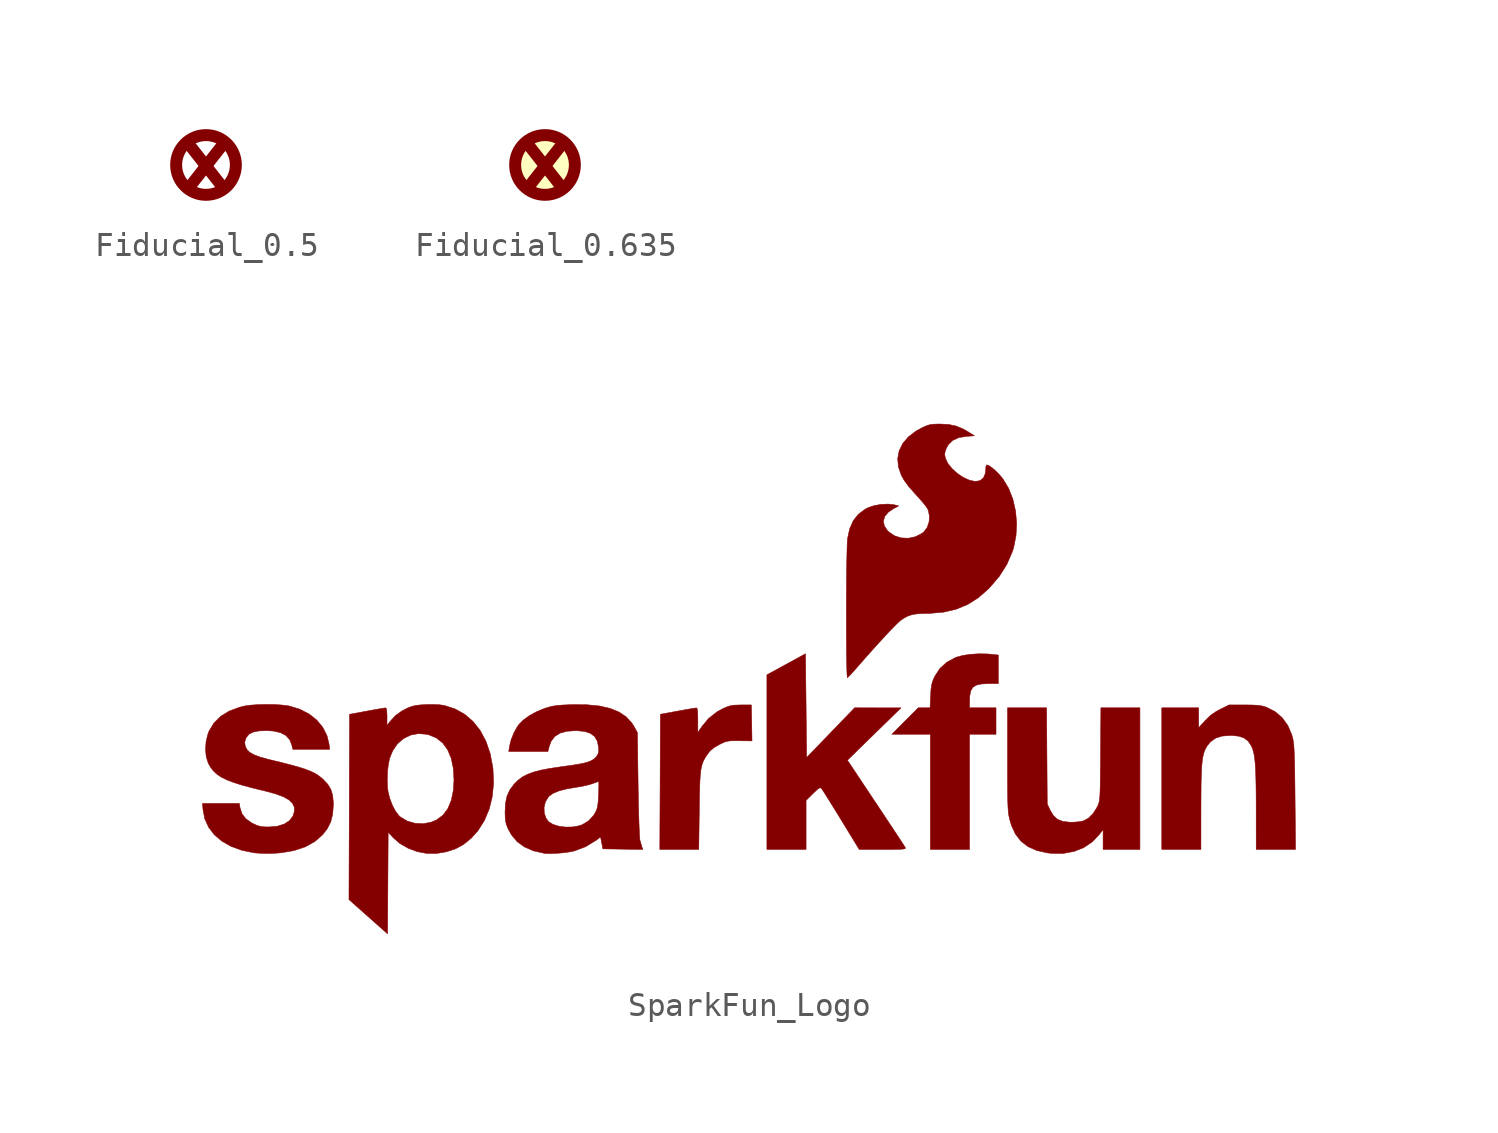
<source format=kicad_sym>
(kicad_symbol_lib
  (version 20220914)
  (generator kicad_symbol_editor)
  (symbol "Fiducial_0.5"
    (property "Reference" "FID"
      (at 0 2.54 0)
      (effects (font (size 1.27 1.27)) hide))
    (symbol "Fiducial_0.5_1_1"
      (circle (center 0 0) (radius 1.27) (stroke (width 0.508) (type default)) (fill (type none)))
      (text "x" (at 0 0.254 0) (effects (font (size 2.5 2.5) bold)))))
  (symbol "Fiducial_0.635"
    (property "Reference" "FID"
      (at 0 2.54 0)
      (effects (font (size 1.27 1.27)) hide))
    (symbol "Fiducial_0.635_1_1"
      (circle (center 0 0) (radius 1.27) (stroke (width 0.508) (type default)) (fill (type background)))
      (text "x" (at 0 0.254 0) (effects (font (size 2.5 2.5) bold)))))
  (symbol "SparkFun_Logo"
    (pin_names
      (offset 1.016))
    (property "Reference" "#G"
      (at 0 6.35 0)
      (effects (font (size 1.27 1.27)) hide))
    (symbol "SparkFun_Logo_0_0"
      (polyline (pts (xy 9.991 -0.565) (xy 9.991 1.886) (xy 10.555 1.886) (xy 11.119 1.886) (xy 11.119 2.45) (xy 11.119 3.014) (xy 10.555 3.014) (xy 9.991 3.014) (xy 9.991 3.301) (xy 9.999 3.509) (xy 10.041 3.731) (xy 10.13 3.884) (xy 10.277 3.98) (xy 10.496 4.03) (xy 10.798 4.044) (xy 11.217 4.044) (xy 11.217 4.653) (xy 11.217 5.262) (xy 10.89 5.297) (xy 10.745 5.309) (xy 10.388 5.315) (xy 10.03 5.293) (xy 9.703 5.244) (xy 9.44 5.172) (xy 9.371 5.145) (xy 9.014 4.949) (xy 8.729 4.689) (xy 8.516 4.362) (xy 8.462 4.248) (xy 8.405 4.102) (xy 8.37 3.955) (xy 8.348 3.773) (xy 8.334 3.526) (xy 8.311 3.014) (xy 8.06 3.014) (xy 7.808 3.014) (xy 7.245 2.45) (xy 6.683 1.886) (xy 7.504 1.886) (xy 8.324 1.886) (xy 8.324 -0.565) (xy 8.324 -3.017) (xy 9.158 -3.017) (xy 9.991 -3.017) (xy 9.991 -0.565)) (stroke (width 0.01) (type default)) (fill (type outline)))
      (polyline (pts (xy 3.029 -1.974) (xy 3.029 -0.93) (xy 3.323 -0.639) (xy 3.374 -0.589) (xy 3.503 -0.468) (xy 3.587 -0.406) (xy 3.642 -0.393) (xy 3.683 -0.42) (xy 3.692 -0.431) (xy 3.749 -0.515) (xy 3.848 -0.669) (xy 3.981 -0.881) (xy 4.142 -1.14) (xy 4.325 -1.435) (xy 4.521 -1.754) (xy 5.292 -3.017) (xy 6.295 -3.017) (xy 6.42 -3.017) (xy 6.726 -3.016) (xy 6.951 -3.013) (xy 7.105 -3.007) (xy 7.2 -2.997) (xy 7.248 -2.982) (xy 7.262 -2.96) (xy 7.252 -2.931) (xy 7.231 -2.898) (xy 7.16 -2.788) (xy 7.044 -2.611) (xy 6.889 -2.376) (xy 6.702 -2.092) (xy 6.487 -1.768) (xy 6.25 -1.411) (xy 5.997 -1.031) (xy 4.79 0.783) (xy 5.932 1.898) (xy 7.074 3.013) (xy 6.085 3.013) (xy 5.097 3.014) (xy 4.075 1.955) (xy 3.053 0.896) (xy 3.029 3.106) (xy 3.004 5.317) (xy 2.183 4.868) (xy 1.361 4.419) (xy 1.361 0.701) (xy 1.361 -3.017) (xy 2.195 -3.017) (xy 3.029 -3.017) (xy 3.029 -1.974)) (stroke (width 0.01) (type default)) (fill (type outline)))
      (polyline (pts (xy -1.52 -1.362) (xy -1.518 -1.235) (xy -1.511 -0.768) (xy -1.502 -0.384) (xy -1.49 -0.073) (xy -1.473 0.177) (xy -1.449 0.377) (xy -1.417 0.54) (xy -1.375 0.675) (xy -1.321 0.795) (xy -1.254 0.912) (xy -1.172 1.036) (xy -1.055 1.182) (xy -0.895 1.317) (xy -0.674 1.445) (xy -0.593 1.487) (xy -0.46 1.548) (xy -0.343 1.586) (xy -0.215 1.606) (xy -0.045 1.612) (xy 0.193 1.611) (xy 0.726 1.605) (xy 0.713 2.371) (xy 0.699 3.137) (xy 0.258 3.136) (xy 0.179 3.135) (xy -0.028 3.127) (xy -0.186 3.104) (xy -0.334 3.058) (xy -0.508 2.982) (xy -0.762 2.844) (xy -1.121 2.562) (xy -1.416 2.207) (xy -1.581 1.961) (xy -1.581 2.488) (xy -1.584 2.727) (xy -1.594 2.894) (xy -1.613 2.984) (xy -1.642 3.011) (xy -1.665 3.008) (xy -1.773 2.991) (xy -1.951 2.961) (xy -2.179 2.921) (xy -2.439 2.874) (xy -3.174 2.74) (xy -3.187 -0.138) (xy -3.2 -3.017) (xy -2.37 -3.017) (xy -1.541 -3.017) (xy -1.52 -1.362)) (stroke (width 0.01) (type default)) (fill (type outline)))
      (polyline (pts (xy 13.992 -3.186) (xy 14.446 -3.102) (xy 14.856 -2.939) (xy 15.214 -2.7) (xy 15.513 -2.387) (xy 15.68 -2.169) (xy 15.68 -2.593) (xy 15.68 -3.017) (xy 16.464 -3.017) (xy 17.249 -3.017) (xy 17.249 -0.001) (xy 17.249 3.014) (xy 16.418 3.014) (xy 15.586 3.014) (xy 15.572 1.04) (xy 15.569 0.644) (xy 15.565 0.222) (xy 15.561 -0.12) (xy 15.556 -0.391) (xy 15.549 -0.603) (xy 15.54 -0.765) (xy 15.529 -0.887) (xy 15.514 -0.979) (xy 15.495 -1.052) (xy 15.472 -1.115) (xy 15.444 -1.178) (xy 15.427 -1.215) (xy 15.262 -1.479) (xy 15.064 -1.68) (xy 14.849 -1.8) (xy 14.726 -1.828) (xy 14.535 -1.85) (xy 14.331 -1.859) (xy 14.257 -1.858) (xy 13.964 -1.824) (xy 13.74 -1.735) (xy 13.568 -1.583) (xy 13.432 -1.359) (xy 13.301 -1.08) (xy 13.287 0.967) (xy 13.273 3.014) (xy 12.441 3.014) (xy 11.61 3.014) (xy 11.61 0.816) (xy 11.61 0.443) (xy 11.61 -0.022) (xy 11.612 -0.407) (xy 11.615 -0.72) (xy 11.62 -0.972) (xy 11.627 -1.174) (xy 11.637 -1.335) (xy 11.649 -1.465) (xy 11.665 -1.574) (xy 11.685 -1.673) (xy 11.709 -1.771) (xy 11.774 -1.989) (xy 11.947 -2.365) (xy 12.182 -2.667) (xy 12.483 -2.899) (xy 12.852 -3.063) (xy 13.296 -3.164) (xy 13.504 -3.188) (xy 13.992 -3.186)) (stroke (width 0.01) (type default)) (fill (type outline)))
      (polyline (pts (xy 19.848 -1.24) (xy 19.85 -0.701) (xy 19.854 -0.244) (xy 19.863 0.134) (xy 19.877 0.444) (xy 19.897 0.696) (xy 19.925 0.898) (xy 19.961 1.062) (xy 20.006 1.196) (xy 20.062 1.311) (xy 20.129 1.417) (xy 20.27 1.581) (xy 20.485 1.728) (xy 20.755 1.811) (xy 21.093 1.837) (xy 21.172 1.835) (xy 21.466 1.805) (xy 21.689 1.727) (xy 21.858 1.593) (xy 21.99 1.396) (xy 22.007 1.36) (xy 22.055 1.242) (xy 22.095 1.101) (xy 22.127 0.93) (xy 22.151 0.718) (xy 22.17 0.455) (xy 22.184 0.133) (xy 22.193 -0.259) (xy 22.198 -0.73) (xy 22.2 -1.289) (xy 22.201 -3.017) (xy 23.039 -3.017) (xy 23.876 -3.017) (xy 23.855 -0.798) (xy 23.852 -0.481) (xy 23.846 0.011) (xy 23.84 0.419) (xy 23.833 0.754) (xy 23.824 1.024) (xy 23.814 1.24) (xy 23.802 1.411) (xy 23.788 1.546) (xy 23.771 1.654) (xy 23.75 1.746) (xy 23.716 1.866) (xy 23.546 2.264) (xy 23.306 2.595) (xy 22.999 2.855) (xy 22.63 3.042) (xy 22.537 3.072) (xy 22.398 3.104) (xy 22.228 3.124) (xy 22.006 3.134) (xy 21.708 3.137) (xy 21.044 3.137) (xy 20.669 2.952) (xy 20.498 2.86) (xy 20.25 2.688) (xy 20.022 2.465) (xy 19.749 2.164) (xy 19.749 2.589) (xy 19.749 3.014) (xy 18.965 3.014) (xy 18.18 3.014) (xy 18.18 -0.001) (xy 18.18 -3.017) (xy 19.014 -3.017) (xy 19.847 -3.017) (xy 19.848 -1.24)) (stroke (width 0.01) (type default)) (fill (type outline)))
      (polyline (pts (xy -14.783 -4.45) (xy -14.77 -2.287) (xy -14.542 -2.531) (xy -14.269 -2.766) (xy -13.913 -2.97) (xy -13.518 -3.115) (xy -13.109 -3.191) (xy -12.712 -3.19) (xy -12.272 -3.114) (xy -11.886 -2.985) (xy -11.546 -2.796) (xy -11.228 -2.535) (xy -10.95 -2.225) (xy -10.672 -1.788) (xy -10.466 -1.296) (xy -10.334 -0.759) (xy -10.28 -0.186) (xy -10.306 0.412) (xy -10.316 0.493) (xy -10.427 1.072) (xy -10.605 1.589) (xy -10.846 2.042) (xy -11.146 2.424) (xy -11.504 2.733) (xy -11.914 2.964) (xy -12.376 3.114) (xy -12.568 3.142) (xy -12.847 3.156) (xy -13.162 3.152) (xy -13.183 3.151) (xy -13.44 3.134) (xy -13.633 3.107) (xy -13.795 3.064) (xy -13.956 2.999) (xy -14.187 2.879) (xy -14.459 2.683) (xy -14.685 2.437) (xy -14.82 2.261) (xy -14.82 2.638) (xy -14.82 2.681) (xy -14.828 2.873) (xy -14.848 2.98) (xy -14.882 3.012) (xy -14.904 3.009) (xy -15.013 2.992) (xy -15.19 2.962) (xy -15.418 2.922) (xy -15.678 2.874) (xy -16.414 2.739) (xy -16.423 -0.079) (xy -14.81 -0.079) (xy -14.799 0.271) (xy -14.762 0.606) (xy -14.701 0.883) (xy -14.578 1.185) (xy -14.375 1.48) (xy -14.118 1.704) (xy -13.818 1.851) (xy -13.485 1.915) (xy -13.13 1.887) (xy -13.041 1.865) (xy -12.715 1.729) (xy -12.446 1.515) (xy -12.235 1.225) (xy -12.084 0.862) (xy -11.994 0.427) (xy -11.967 -0.075) (xy -11.993 -0.496) (xy -12.081 -0.925) (xy -12.228 -1.279) (xy -12.436 -1.557) (xy -12.704 -1.758) (xy -12.929 -1.855) (xy -13.274 -1.922) (xy -13.624 -1.906) (xy -13.957 -1.809) (xy -14.254 -1.632) (xy -14.308 -1.583) (xy -14.457 -1.389) (xy -14.592 -1.134) (xy -14.703 -0.843) (xy -14.776 -0.544) (xy -14.794 -0.407) (xy -14.81 -0.079) (xy -16.423 -0.079) (xy -16.426 -1.208) (xy -16.439 -5.154) (xy -15.617 -5.884) (xy -14.796 -6.613) (xy -14.783 -4.45)) (stroke (width 0.01) (type default)) (fill (type outline)))
      (polyline (pts (xy -19.64 -3.184) (xy -19.317 -3.16) (xy -18.771 -3.064) (xy -18.296 -2.905) (xy -17.895 -2.682) (xy -17.567 -2.396) (xy -17.367 -2.142) (xy -17.219 -1.851) (xy -17.134 -1.521) (xy -17.105 -1.129) (xy -17.105 -1.037) (xy -17.132 -0.723) (xy -17.207 -0.468) (xy -17.342 -0.244) (xy -17.548 -0.026) (xy -17.618 0.036) (xy -17.75 0.138) (xy -17.9 0.229) (xy -18.078 0.314) (xy -18.296 0.398) (xy -18.565 0.484) (xy -18.896 0.577) (xy -19.301 0.681) (xy -19.79 0.799) (xy -19.927 0.833) (xy -20.252 0.925) (xy -20.495 1.018) (xy -20.668 1.118) (xy -20.782 1.232) (xy -20.849 1.365) (xy -20.862 1.406) (xy -20.879 1.551) (xy -20.835 1.702) (xy -20.808 1.758) (xy -20.696 1.891) (xy -20.526 1.979) (xy -20.287 2.028) (xy -19.966 2.043) (xy -19.663 2.026) (xy -19.353 1.956) (xy -19.12 1.832) (xy -18.96 1.65) (xy -18.868 1.408) (xy -18.833 1.249) (xy -18.046 1.249) (xy -17.259 1.249) (xy -17.29 1.475) (xy -17.376 1.827) (xy -17.555 2.183) (xy -17.812 2.494) (xy -18.142 2.754) (xy -18.536 2.955) (xy -18.988 3.092) (xy -19.035 3.101) (xy -19.3 3.134) (xy -19.624 3.153) (xy -19.976 3.158) (xy -20.325 3.149) (xy -20.641 3.127) (xy -20.892 3.09) (xy -21.104 3.038) (xy -21.543 2.874) (xy -21.905 2.65) (xy -22.191 2.365) (xy -22.399 2.021) (xy -22.445 1.904) (xy -22.525 1.581) (xy -22.549 1.244) (xy -22.518 0.924) (xy -22.43 0.651) (xy -22.338 0.488) (xy -22.218 0.33) (xy -22.068 0.19) (xy -21.879 0.063) (xy -21.641 -0.055) (xy -21.344 -0.169) (xy -20.979 -0.283) (xy -20.537 -0.402) (xy -20.007 -0.531) (xy -19.981 -0.537) (xy -19.563 -0.651) (xy -19.238 -0.772) (xy -19.001 -0.903) (xy -18.846 -1.049) (xy -18.769 -1.213) (xy -18.764 -1.398) (xy -18.825 -1.595) (xy -18.974 -1.792) (xy -19.198 -1.938) (xy -19.491 -2.029) (xy -19.846 -2.06) (xy -20.042 -2.057) (xy -20.211 -2.037) (xy -20.361 -1.992) (xy -20.533 -1.914) (xy -20.582 -1.888) (xy -20.832 -1.712) (xy -20.996 -1.5) (xy -21.079 -1.243) (xy -21.109 -1.056) (xy -21.894 -1.056) (xy -22.679 -1.056) (xy -22.653 -1.347) (xy -22.58 -1.714) (xy -22.417 -2.075) (xy -22.172 -2.394) (xy -21.851 -2.667) (xy -21.459 -2.889) (xy -21.001 -3.055) (xy -20.484 -3.161) (xy -20.406 -3.169) (xy -20.171 -3.184) (xy -19.901 -3.19) (xy -19.64 -3.184)) (stroke (width 0.01) (type default)) (fill (type outline)))
      (polyline (pts (xy -7.603 -3.185) (xy -7.328 -3.162) (xy -7.068 -3.128) (xy -6.859 -3.086) (xy -6.829 -3.078) (xy -6.354 -2.899) (xy -5.92 -2.632) (xy -5.724 -2.485) (xy -5.675 -2.739) (xy -5.626 -2.993) (xy -4.777 -3.006) (xy -3.927 -3.019) (xy -3.963 -2.908) (xy -3.964 -2.904) (xy -4.003 -2.775) (xy -4.046 -2.625) (xy -4.054 -2.573) (xy -4.065 -2.425) (xy -4.076 -2.197) (xy -4.087 -1.901) (xy -4.098 -1.547) (xy -4.108 -1.146) (xy -4.117 -0.709) (xy -4.125 -0.247) (xy -4.155 1.96) (xy -4.3 2.221) (xy -4.396 2.373) (xy -4.635 2.632) (xy -4.943 2.837) (xy -5.322 2.991) (xy -5.776 3.093) (xy -6.31 3.145) (xy -6.926 3.149) (xy -7.073 3.144) (xy -7.352 3.132) (xy -7.568 3.114) (xy -7.746 3.087) (xy -7.91 3.049) (xy -8.086 2.996) (xy -8.129 2.982) (xy -8.456 2.846) (xy -8.761 2.677) (xy -9.018 2.491) (xy -9.203 2.302) (xy -9.262 2.22) (xy -9.413 1.95) (xy -9.532 1.656) (xy -9.6 1.384) (xy -9.634 1.151) (xy -8.8 1.151) (xy -7.967 1.151) (xy -7.912 1.367) (xy -7.828 1.593) (xy -7.673 1.795) (xy -7.452 1.935) (xy -7.16 2.015) (xy -6.789 2.041) (xy -6.751 2.041) (xy -6.415 2.01) (xy -6.159 1.929) (xy -5.977 1.792) (xy -5.862 1.596) (xy -5.809 1.335) (xy -5.804 1.271) (xy -5.806 1.128) (xy -5.841 1.024) (xy -5.919 0.916) (xy -5.975 0.857) (xy -6.074 0.785) (xy -6.205 0.725) (xy -6.382 0.671) (xy -6.618 0.621) (xy -6.925 0.57) (xy -7.318 0.516) (xy -7.369 0.509) (xy -7.846 0.439) (xy -8.24 0.365) (xy -8.562 0.282) (xy -8.826 0.186) (xy -9.045 0.073) (xy -9.23 -0.063) (xy -9.396 -0.226) (xy -9.409 -0.241) (xy -9.59 -0.485) (xy -9.709 -0.748) (xy -9.773 -1.052) (xy -9.782 -1.233) (xy -8.131 -1.233) (xy -8.073 -0.992) (xy -7.946 -0.783) (xy -7.903 -0.739) (xy -7.73 -0.62) (xy -7.487 -0.521) (xy -7.165 -0.439) (xy -6.754 -0.369) (xy -6.692 -0.36) (xy -6.455 -0.317) (xy -6.233 -0.266) (xy -6.067 -0.216) (xy -5.971 -0.18) (xy -5.856 -0.14) (xy -5.804 -0.124) (xy -5.799 -0.161) (xy -5.797 -0.278) (xy -5.8 -0.456) (xy -5.808 -0.676) (xy -5.809 -0.702) (xy -5.824 -0.968) (xy -5.847 -1.161) (xy -5.882 -1.305) (xy -5.932 -1.423) (xy -6.009 -1.553) (xy -6.229 -1.797) (xy -6.503 -1.964) (xy -6.649 -2.013) (xy -6.928 -2.061) (xy -7.223 -2.065) (xy -7.507 -2.027) (xy -7.753 -1.951) (xy -7.933 -1.838) (xy -8.04 -1.701) (xy -8.12 -1.478) (xy -8.131 -1.233) (xy -9.782 -1.233) (xy -9.791 -1.423) (xy -9.786 -1.636) (xy -9.768 -1.821) (xy -9.729 -1.976) (xy -9.664 -2.137) (xy -9.526 -2.387) (xy -9.279 -2.683) (xy -8.967 -2.911) (xy -8.585 -3.077) (xy -8.127 -3.182) (xy -8.07 -3.189) (xy -7.862 -3.195) (xy -7.603 -3.185)) (stroke (width 0.01) (type default)) (fill (type outline)))
      (polyline (pts (xy 4.792 4.298) (xy 4.844 4.345) (xy 4.946 4.451) (xy 5.081 4.601) (xy 5.238 4.779) (xy 5.281 4.829) (xy 5.558 5.146) (xy 5.837 5.459) (xy 6.109 5.76) (xy 6.364 6.038) (xy 6.593 6.283) (xy 6.786 6.484) (xy 6.934 6.631) (xy 7.027 6.715) (xy 7.183 6.825) (xy 7.375 6.928) (xy 7.58 6.992) (xy 7.827 7.024) (xy 8.142 7.034) (xy 8.293 7.036) (xy 8.887 7.088) (xy 9.422 7.213) (xy 9.909 7.415) (xy 10.358 7.696) (xy 10.78 8.063) (xy 10.848 8.132) (xy 11.261 8.617) (xy 11.583 9.127) (xy 11.818 9.671) (xy 11.871 9.839) (xy 11.971 10.347) (xy 11.998 10.872) (xy 11.952 11.396) (xy 11.837 11.899) (xy 11.655 12.364) (xy 11.408 12.772) (xy 11.406 12.774) (xy 11.269 12.938) (xy 11.114 13.097) (xy 10.959 13.232) (xy 10.826 13.325) (xy 10.734 13.361) (xy 10.721 13.356) (xy 10.69 13.285) (xy 10.678 13.143) (xy 10.662 12.988) (xy 10.582 12.805) (xy 10.44 12.692) (xy 10.243 12.656) (xy 10.229 12.657) (xy 9.985 12.708) (xy 9.723 12.829) (xy 9.468 13) (xy 9.241 13.206) (xy 9.066 13.428) (xy 8.963 13.648) (xy 8.935 13.791) (xy 8.947 13.915) (xy 9.004 14.069) (xy 9.093 14.225) (xy 9.277 14.405) (xy 9.527 14.521) (xy 9.85 14.575) (xy 10.199 14.6) (xy 9.94 14.764) (xy 9.721 14.89) (xy 9.423 15.014) (xy 9.109 15.081) (xy 8.741 15.101) (xy 8.653 15.101) (xy 8.45 15.093) (xy 8.295 15.071) (xy 8.151 15.025) (xy 7.981 14.949) (xy 7.71 14.801) (xy 7.384 14.552) (xy 7.145 14.268) (xy 6.993 13.957) (xy 6.932 13.623) (xy 6.963 13.272) (xy 7.09 12.91) (xy 7.211 12.698) (xy 7.41 12.428) (xy 7.684 12.119) (xy 7.694 12.108) (xy 7.867 11.918) (xy 8.02 11.74) (xy 8.138 11.592) (xy 8.203 11.494) (xy 8.235 11.423) (xy 8.285 11.18) (xy 8.267 10.926) (xy 8.186 10.692) (xy 8.047 10.51) (xy 7.962 10.442) (xy 7.688 10.301) (xy 7.388 10.237) (xy 7.085 10.25) (xy 6.798 10.34) (xy 6.55 10.508) (xy 6.49 10.569) (xy 6.359 10.77) (xy 6.323 10.971) (xy 6.382 11.166) (xy 6.532 11.347) (xy 6.774 11.508) (xy 6.976 11.612) (xy 6.804 11.657) (xy 6.78 11.663) (xy 6.523 11.692) (xy 6.226 11.678) (xy 5.93 11.626) (xy 5.676 11.541) (xy 5.547 11.474) (xy 5.258 11.259) (xy 5.038 10.981) (xy 4.885 10.635) (xy 4.795 10.217) (xy 4.789 10.154) (xy 4.781 9.981) (xy 4.773 9.726) (xy 4.766 9.401) (xy 4.759 9.014) (xy 4.754 8.578) (xy 4.75 8.101) (xy 4.747 7.594) (xy 4.746 7.068) (xy 4.746 6.928) (xy 4.747 6.354) (xy 4.749 5.839) (xy 4.753 5.388) (xy 4.758 5.008) (xy 4.764 4.702) (xy 4.772 4.479) (xy 4.78 4.342) (xy 4.79 4.297) (xy 4.792 4.298)) (stroke (width 0.01) (type default)) (fill (type outline))))))
</source>
